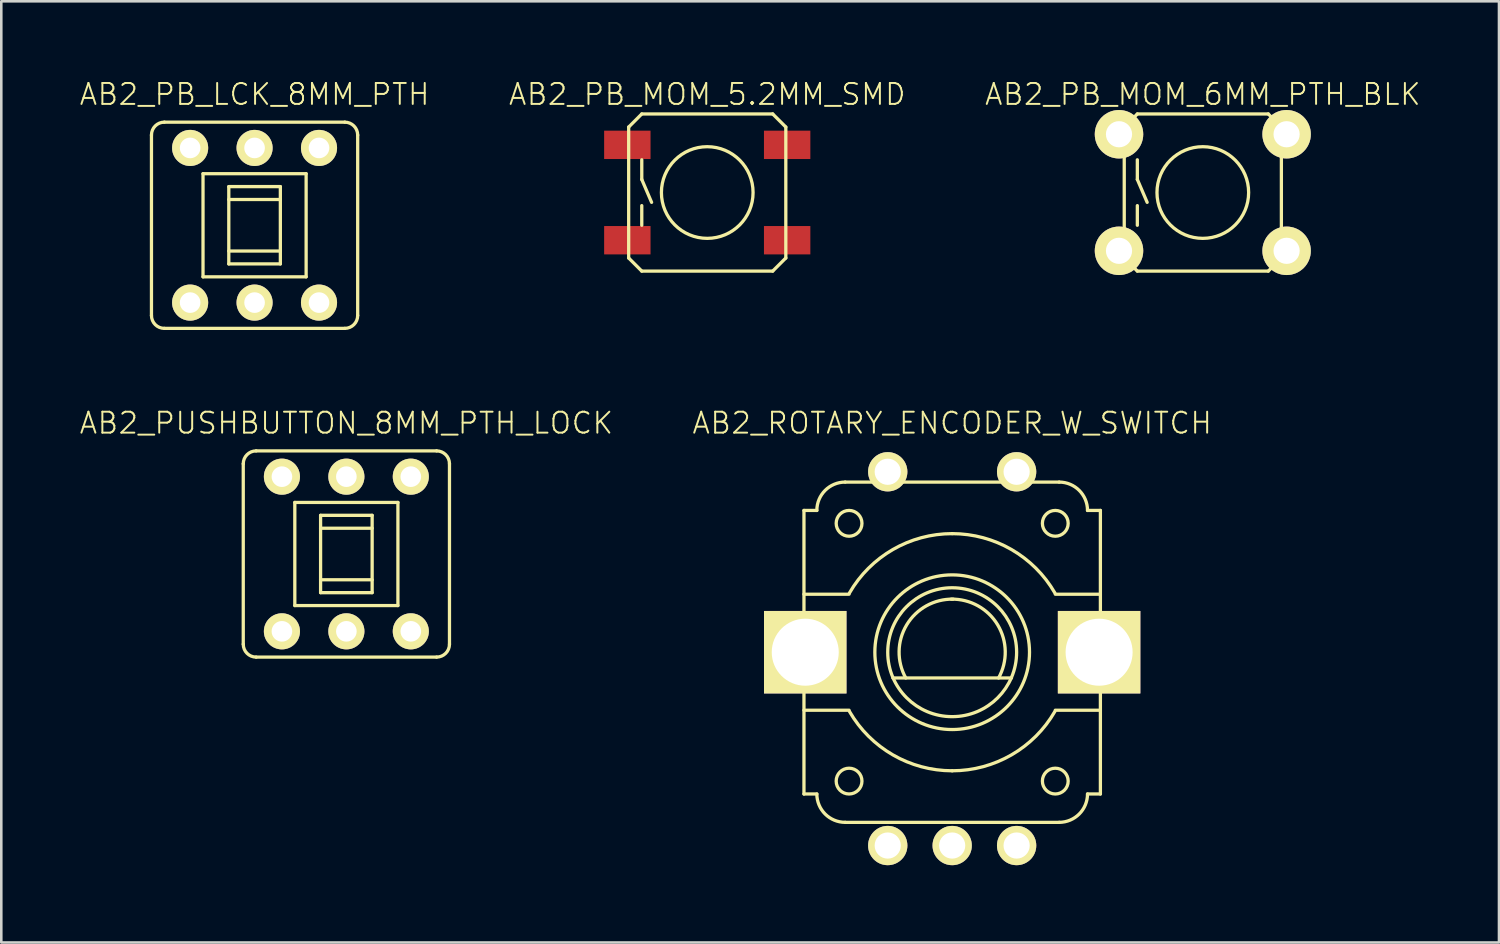
<source format=kicad_pcb>
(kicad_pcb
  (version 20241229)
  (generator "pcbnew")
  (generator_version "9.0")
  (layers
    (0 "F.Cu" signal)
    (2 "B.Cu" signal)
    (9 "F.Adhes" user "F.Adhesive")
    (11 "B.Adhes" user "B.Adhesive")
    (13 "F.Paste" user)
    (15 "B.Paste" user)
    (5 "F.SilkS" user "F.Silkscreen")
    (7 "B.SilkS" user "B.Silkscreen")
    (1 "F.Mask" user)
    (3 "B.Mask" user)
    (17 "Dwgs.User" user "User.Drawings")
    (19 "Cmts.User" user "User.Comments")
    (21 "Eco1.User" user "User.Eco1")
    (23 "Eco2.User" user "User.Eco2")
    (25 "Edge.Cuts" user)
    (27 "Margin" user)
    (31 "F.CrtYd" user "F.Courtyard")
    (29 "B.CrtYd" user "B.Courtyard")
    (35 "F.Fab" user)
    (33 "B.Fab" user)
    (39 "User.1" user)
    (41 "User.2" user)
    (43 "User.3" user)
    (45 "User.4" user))
  (footprint "AB2_PB_MOM_6MM_PTH_BLK"
    (layer "F.Cu")
    (at 43.612 4.419)
    (property "Reference" "AB2_PB_MOM_6MM_PTH_BLK" (at 0 -3.81 0) (layer "F.SilkS") (effects (font (size 0.813 0.813) (thickness 0.076))))
    (attr through_hole)
    (fp_line (start -3.048 -2.54) (end -2.54 -3.048) (stroke (width 0.127) (type solid)) (layer "F.SilkS"))
    (fp_line (start -3.048 2.54) (end -3.048 -2.54) (stroke (width 0.127) (type solid)) (layer "F.SilkS"))
    (fp_line (start -2.54 -3.048) (end 2.54 -3.048) (stroke (width 0.127) (type solid)) (layer "F.SilkS"))
    (fp_line (start -2.54 -1.27) (end -2.54 -0.508) (stroke (width 0.127) (type solid)) (layer "F.SilkS"))
    (fp_line (start -2.54 -0.508) (end -2.159 0.381) (stroke (width 0.127) (type solid)) (layer "F.SilkS"))
    (fp_line (start -2.54 1.27) (end -2.54 0.508) (stroke (width 0.127) (type solid)) (layer "F.SilkS"))
    (fp_line (start -2.54 3.048) (end -3.048 2.54) (stroke (width 0.127) (type solid)) (layer "F.SilkS"))
    (fp_line (start 2.54 -3.048) (end 3.048 -2.54) (stroke (width 0.127) (type solid)) (layer "F.SilkS"))
    (fp_line (start 2.54 3.048) (end -2.54 3.048) (stroke (width 0.127) (type solid)) (layer "F.SilkS"))
    (fp_line (start 3.048 -2.54) (end 3.048 2.54) (stroke (width 0.127) (type solid)) (layer "F.SilkS"))
    (fp_line (start 3.048 2.54) (end 2.54 3.048) (stroke (width 0.127) (type solid)) (layer "F.SilkS"))
    (fp_circle (center 0 0) (end 0 -1.778) (stroke (width 0.127) (type solid)) (fill no) (layer "F.SilkS"))
    (pad "1" thru_hole circle (at -3.251 -2.261) (size 1.88 1.88) (drill 1.016) (layers "*.Cu" "*.Mask" "F.SilkS"))
    (pad "1" thru_hole circle (at 3.251 -2.261) (size 1.88 1.88) (drill 1.016) (layers "*.Cu" "*.Mask" "F.SilkS"))
    (pad "2" thru_hole circle (at -3.251 2.261) (size 1.88 1.88) (drill 1.016) (layers "*.Cu" "*.Mask" "F.SilkS"))
    (pad "2" thru_hole circle (at 3.251 2.261) (size 1.88 1.88) (drill 1.016) (layers "*.Cu" "*.Mask" "F.SilkS")))
  (footprint "AB2_PB_LCK_8MM_PTH"
    (layer "F.Cu")
    (at 6.826 5.689)
    (property "Reference" "AB2_PB_LCK_8MM_PTH" (at 0 -5.08 0) (layer "F.SilkS") (effects (font (size 0.813 0.813) (thickness 0.076))))
    (attr through_hole)
    (fp_line (start -4 3.5) (end -4 -3.5) (stroke (width 0.127) (type solid)) (layer "F.SilkS"))
    (fp_line (start -3.5 -4) (end 3.5 -4) (stroke (width 0.127) (type solid)) (layer "F.SilkS"))
    (fp_line (start -2 -2) (end 2 -2) (stroke (width 0.127) (type solid)) (layer "F.SilkS"))
    (fp_line (start -2 2) (end -2 -2) (stroke (width 0.127) (type solid)) (layer "F.SilkS"))
    (fp_line (start -1 -1.5) (end 1 -1.5) (stroke (width 0.127) (type solid)) (layer "F.SilkS"))
    (fp_line (start -1 -1) (end 1 -1) (stroke (width 0.127) (type solid)) (layer "F.SilkS"))
    (fp_line (start -1 1) (end 1 1) (stroke (width 0.127) (type solid)) (layer "F.SilkS"))
    (fp_line (start -1 1.5) (end -1 -1.5) (stroke (width 0.127) (type solid)) (layer "F.SilkS"))
    (fp_line (start 1 -1.5) (end 1 1.5) (stroke (width 0.127) (type solid)) (layer "F.SilkS"))
    (fp_line (start 1 1.5) (end -1 1.5) (stroke (width 0.127) (type solid)) (layer "F.SilkS"))
    (fp_line (start 2 -2) (end 2 2) (stroke (width 0.127) (type solid)) (layer "F.SilkS"))
    (fp_line (start 2 2) (end -2 2) (stroke (width 0.127) (type solid)) (layer "F.SilkS"))
    (fp_line (start 3.5 4) (end -3.5 4) (stroke (width 0.127) (type solid)) (layer "F.SilkS"))
    (fp_line (start 4 -3.5) (end 4 3.5) (stroke (width 0.127) (type solid)) (layer "F.SilkS"))
    (fp_arc (start -4 -3.5) (mid -3.853553 -3.853553) (end -3.5 -4) (stroke (width 0.127) (type solid)) (layer "F.SilkS"))
    (fp_arc (start -3.5 4) (mid -3.853553 3.853553) (end -4 3.5) (stroke (width 0.127) (type solid)) (layer "F.SilkS"))
    (fp_arc (start 3.5 -4) (mid 3.853553 -3.853553) (end 4 -3.5) (stroke (width 0.127) (type solid)) (layer "F.SilkS"))
    (fp_arc (start 4 3.5) (mid 3.853553 3.853553) (end 3.5 4) (stroke (width 0.127) (type solid)) (layer "F.SilkS"))
    (pad "1" thru_hole circle (at -2.5 3) (size 1.4 1.4) (drill 0.8) (layers "*.Cu" "*.Mask" "F.SilkS"))
    (pad "1" thru_hole circle (at 2.5 -3) (size 1.4 1.4) (drill 0.8) (layers "*.Cu" "*.Mask" "F.SilkS"))
    (pad "2" thru_hole circle (at 0 -3) (size 1.4 1.4) (drill 0.8) (layers "*.Cu" "*.Mask" "F.SilkS"))
    (pad "2" thru_hole circle (at 0 3) (size 1.4 1.4) (drill 0.8) (layers "*.Cu" "*.Mask" "F.SilkS"))
    (pad "C" thru_hole circle (at -2.5 -3) (size 1.4 1.4) (drill 0.8) (layers "*.Cu" "*.Mask" "F.SilkS"))
    (pad "C" thru_hole circle (at 2.5 3) (size 1.4 1.4) (drill 0.8) (layers "*.Cu" "*.Mask" "F.SilkS")))
  (footprint "AB2_PB_MOM_5.2MM_SMD"
    (layer "F.Cu")
    (at 24.387 4.419)
    (property "Reference" "AB2_PB_MOM_5.2MM_SMD" (at 0 -3.81 0) (layer "F.SilkS") (effects (font (size 0.813 0.813) (thickness 0.076))))
    (attr through_hole)
    (fp_line (start -3.048 -2.54) (end -2.54 -3.048) (stroke (width 0.127) (type solid)) (layer "F.SilkS"))
    (fp_line (start -3.048 2.54) (end -3.048 -2.54) (stroke (width 0.127) (type solid)) (layer "F.SilkS"))
    (fp_line (start -2.54 -3.048) (end 2.54 -3.048) (stroke (width 0.127) (type solid)) (layer "F.SilkS"))
    (fp_line (start -2.54 -1.27) (end -2.54 -0.508) (stroke (width 0.127) (type solid)) (layer "F.SilkS"))
    (fp_line (start -2.54 -0.508) (end -2.159 0.381) (stroke (width 0.127) (type solid)) (layer "F.SilkS"))
    (fp_line (start -2.54 1.27) (end -2.54 0.508) (stroke (width 0.127) (type solid)) (layer "F.SilkS"))
    (fp_line (start -2.54 3.048) (end -3.048 2.54) (stroke (width 0.127) (type solid)) (layer "F.SilkS"))
    (fp_line (start 2.54 -3.048) (end 3.048 -2.54) (stroke (width 0.127) (type solid)) (layer "F.SilkS"))
    (fp_line (start 2.54 3.048) (end -2.54 3.048) (stroke (width 0.127) (type solid)) (layer "F.SilkS"))
    (fp_line (start 3.048 -2.54) (end 3.048 2.54) (stroke (width 0.127) (type solid)) (layer "F.SilkS"))
    (fp_line (start 3.048 2.54) (end 2.54 3.048) (stroke (width 0.127) (type solid)) (layer "F.SilkS"))
    (fp_circle (center 0 0) (end 0 -1.778) (stroke (width 0.127) (type solid)) (fill no) (layer "F.SilkS"))
    (pad "1" smd rect (at -3.1 -1.85) (size 1.8 1.1) (layers "F.Cu" "F.Mask" "F.Paste"))
    (pad "1" smd rect (at 3.1 -1.85) (size 1.8 1.1) (layers "F.Cu" "F.Mask" "F.Paste"))
    (pad "2" smd rect (at -3.1 1.85) (size 1.8 1.1) (layers "F.Cu" "F.Mask" "F.Paste"))
    (pad "2" smd rect (at 3.1 1.85) (size 1.8 1.1) (layers "F.Cu" "F.Mask" "F.Paste")))
  (footprint "AB2_PUSHBUTTON_8MM_PTH_LOCK"
    (layer "F.Cu")
    (at 10.387 18.442)
    (property "Reference" "AB2_PUSHBUTTON_8MM_PTH_LOCK" (at 0 -5.08 0) (layer "F.SilkS") (effects (font (size 0.813 0.813) (thickness 0.076))))
    (attr through_hole)
    (fp_line (start -4 3.5) (end -4 -3.5) (stroke (width 0.127) (type solid)) (layer "F.SilkS"))
    (fp_line (start -3.5 -4) (end 3.5 -4) (stroke (width 0.127) (type solid)) (layer "F.SilkS"))
    (fp_line (start -2 -2) (end 2 -2) (stroke (width 0.127) (type solid)) (layer "F.SilkS"))
    (fp_line (start -2 2) (end -2 -2) (stroke (width 0.127) (type solid)) (layer "F.SilkS"))
    (fp_line (start -1 -1.5) (end 1 -1.5) (stroke (width 0.127) (type solid)) (layer "F.SilkS"))
    (fp_line (start -1 -1) (end 1 -1) (stroke (width 0.127) (type solid)) (layer "F.SilkS"))
    (fp_line (start -1 1) (end 1 1) (stroke (width 0.127) (type solid)) (layer "F.SilkS"))
    (fp_line (start -1 1.5) (end -1 -1.5) (stroke (width 0.127) (type solid)) (layer "F.SilkS"))
    (fp_line (start 1 -1.5) (end 1 1.5) (stroke (width 0.127) (type solid)) (layer "F.SilkS"))
    (fp_line (start 1 1.5) (end -1 1.5) (stroke (width 0.127) (type solid)) (layer "F.SilkS"))
    (fp_line (start 2 -2) (end 2 2) (stroke (width 0.127) (type solid)) (layer "F.SilkS"))
    (fp_line (start 2 2) (end -2 2) (stroke (width 0.127) (type solid)) (layer "F.SilkS"))
    (fp_line (start 3.5 4) (end -3.5 4) (stroke (width 0.127) (type solid)) (layer "F.SilkS"))
    (fp_line (start 4 -3.5) (end 4 3.5) (stroke (width 0.127) (type solid)) (layer "F.SilkS"))
    (fp_arc (start -4 -3.5) (mid -3.853553 -3.853553) (end -3.5 -4) (stroke (width 0.127) (type solid)) (layer "F.SilkS"))
    (fp_arc (start -3.5 4) (mid -3.853553 3.853553) (end -4 3.5) (stroke (width 0.127) (type solid)) (layer "F.SilkS"))
    (fp_arc (start 3.5 -4) (mid 3.853553 -3.853553) (end 4 -3.5) (stroke (width 0.127) (type solid)) (layer "F.SilkS"))
    (fp_arc (start 4 3.5) (mid 3.853553 3.853553) (end 3.5 4) (stroke (width 0.127) (type solid)) (layer "F.SilkS"))
    (pad "1" thru_hole circle (at -2.5 3) (size 1.4 1.4) (drill 0.8) (layers "*.Cu" "*.Mask" "F.SilkS"))
    (pad "1" thru_hole circle (at 2.5 -3) (size 1.4 1.4) (drill 0.8) (layers "*.Cu" "*.Mask" "F.SilkS"))
    (pad "2" thru_hole circle (at 0 -3) (size 1.4 1.4) (drill 0.8) (layers "*.Cu" "*.Mask" "F.SilkS"))
    (pad "2" thru_hole circle (at 0 3) (size 1.4 1.4) (drill 0.8) (layers "*.Cu" "*.Mask" "F.SilkS"))
    (pad "C" thru_hole circle (at -2.5 -3) (size 1.4 1.4) (drill 0.8) (layers "*.Cu" "*.Mask" "F.SilkS"))
    (pad "C" thru_hole circle (at 2.5 3) (size 1.4 1.4) (drill 0.8) (layers "*.Cu" "*.Mask" "F.SilkS")))
  (footprint "AB2_ROTARY_ENCODER_W_SWITCH"
    (layer "F.Cu")
    (at 33.889 22.252)
    (property "Reference" "AB2_ROTARY_ENCODER_W_SWITCH" (at 0 -8.89 0) (layer "F.SilkS") (effects (font (size 0.813 0.813) (thickness 0.076))))
    (attr through_hole)
    (fp_line (start -5.75 -5.5) (end -5.75 5.5) (stroke (width 0.127) (type solid)) (layer "F.SilkS"))
    (fp_line (start -5.75 -5.5) (end -5.25 -5.5) (stroke (width 0.127) (type solid)) (layer "F.SilkS"))
    (fp_line (start -5.75 -2.25) (end -4 -2.25) (stroke (width 0.127) (type solid)) (layer "F.SilkS"))
    (fp_line (start -5.75 2.25) (end -4 2.25) (stroke (width 0.127) (type solid)) (layer "F.SilkS"))
    (fp_line (start -5.75 5.5) (end -5.25 5.5) (stroke (width 0.127) (type solid)) (layer "F.SilkS"))
    (fp_line (start -4.15 -6.6) (end 4.15 -6.6) (stroke (width 0.127) (type solid)) (layer "F.SilkS"))
    (fp_line (start -4.15 6.6) (end 4.15 6.6) (stroke (width 0.127) (type solid)) (layer "F.SilkS"))
    (fp_line (start -2.3 1) (end 2.3 1) (stroke (width 0.127) (type solid)) (layer "F.SilkS"))
    (fp_line (start 5.75 -5.5) (end 5.25 -5.5) (stroke (width 0.127) (type solid)) (layer "F.SilkS"))
    (fp_line (start 5.75 -5.5) (end 5.75 5.5) (stroke (width 0.127) (type solid)) (layer "F.SilkS"))
    (fp_line (start 5.75 -2.25) (end 4 -2.25) (stroke (width 0.127) (type solid)) (layer "F.SilkS"))
    (fp_line (start 5.75 2.25) (end 4 2.25) (stroke (width 0.127) (type solid)) (layer "F.SilkS"))
    (fp_line (start 5.75 5.5) (end 5.25 5.5) (stroke (width 0.127) (type solid)) (layer "F.SilkS"))
    (fp_arc (start -5.25 -5.5) (mid -4.927817 -6.277817) (end -4.15 -6.6) (stroke (width 0.127) (type solid)) (layer "F.SilkS"))
    (fp_arc (start -4.15 6.6) (mid -4.927817 6.277817) (end -5.25 5.5) (stroke (width 0.127) (type solid)) (layer "F.SilkS"))
    (fp_arc (start -3.983717 -2.3) (mid -2.3 -3.983717) (end 0 -4.6) (stroke (width 0.127) (type solid)) (layer "F.SilkS"))
    (fp_arc (start -1.8 1) (mid -1.766025 -1.058846) (end 0.033975 -2.058846) (stroke (width 0.127) (type solid)) (layer "F.SilkS"))
    (fp_arc (start -0.033975 -2.058846) (mid 1.766026 -1.058846) (end 1.8 1) (stroke (width 0.127) (type solid)) (layer "F.SilkS"))
    (fp_arc (start 0 -4.6) (mid 2.3 -3.983717) (end 3.983717 -2.3) (stroke (width 0.127) (type solid)) (layer "F.SilkS"))
    (fp_arc (start 0 4.6) (mid -2.3 3.983717) (end -3.983717 2.3) (stroke (width 0.127) (type solid)) (layer "F.SilkS"))
    (fp_arc (start 3.983717 2.3) (mid 2.3 3.983717) (end 0 4.6) (stroke (width 0.127) (type solid)) (layer "F.SilkS"))
    (fp_arc (start 4.15 -6.6) (mid 4.927817 -6.277817) (end 5.25 -5.5) (stroke (width 0.127) (type solid)) (layer "F.SilkS"))
    (fp_arc (start 5.25 5.5) (mid 4.927817 6.277817) (end 4.15 6.6) (stroke (width 0.127) (type solid)) (layer "F.SilkS"))
    (fp_circle (center -4 -5) (end -4 -5.5) (stroke (width 0.127) (type solid)) (fill no) (layer "F.SilkS"))
    (fp_circle (center -4 5) (end -4 4.5) (stroke (width 0.127) (type solid)) (fill no) (layer "F.SilkS"))
    (fp_circle (center 0 0) (end 0 -3) (stroke (width 0.127) (type solid)) (fill no) (layer "F.SilkS"))
    (fp_circle (center 0 0) (end 0 -2.5) (stroke (width 0.127) (type solid)) (fill no) (layer "F.SilkS"))
    (fp_circle (center 4 -5) (end 4 -5.5) (stroke (width 0.127) (type solid)) (fill no) (layer "F.SilkS"))
    (fp_circle (center 4 5) (end 4 4.5) (stroke (width 0.127) (type solid)) (fill no) (layer "F.SilkS"))
    (pad "1" thru_hole circle (at -2.5 7.5) (size 1.524 1.524) (drill 1.016) (layers "*.Cu" "*.Mask" "F.SilkS"))
    (pad "2" thru_hole circle (at 0 7.5) (size 1.524 1.524) (drill 1.016) (layers "*.Cu" "*.Mask" "F.SilkS"))
    (pad "3" thru_hole circle (at 2.5 7.5) (size 1.524 1.524) (drill 1.016) (layers "*.Cu" "*.Mask" "F.SilkS"))
    (pad "4" thru_hole circle (at 2.5 -7) (size 1.524 1.524) (drill 1.016) (layers "*.Cu" "*.Mask" "F.SilkS"))
    (pad "6" thru_hole circle (at -2.5 -7) (size 1.524 1.524) (drill 1.016) (layers "*.Cu" "*.Mask" "F.SilkS"))
    (pad "7" thru_hole rect (at -5.7 0) (size 3.2 3.2) (drill 2.6) (layers "*.Cu" "*.Mask" "F.SilkS"))
    (pad "7" thru_hole rect (at 5.7 0) (size 3.2 3.2) (drill 2.6) (layers "*.Cu" "*.Mask" "F.SilkS")))
  (gr_rect
    (start -3 -3)
    (end 55.102 33.514)
    (stroke (width 0.1) (type default))
    (fill no)
    (layer "Edge.Cuts")))
</source>
